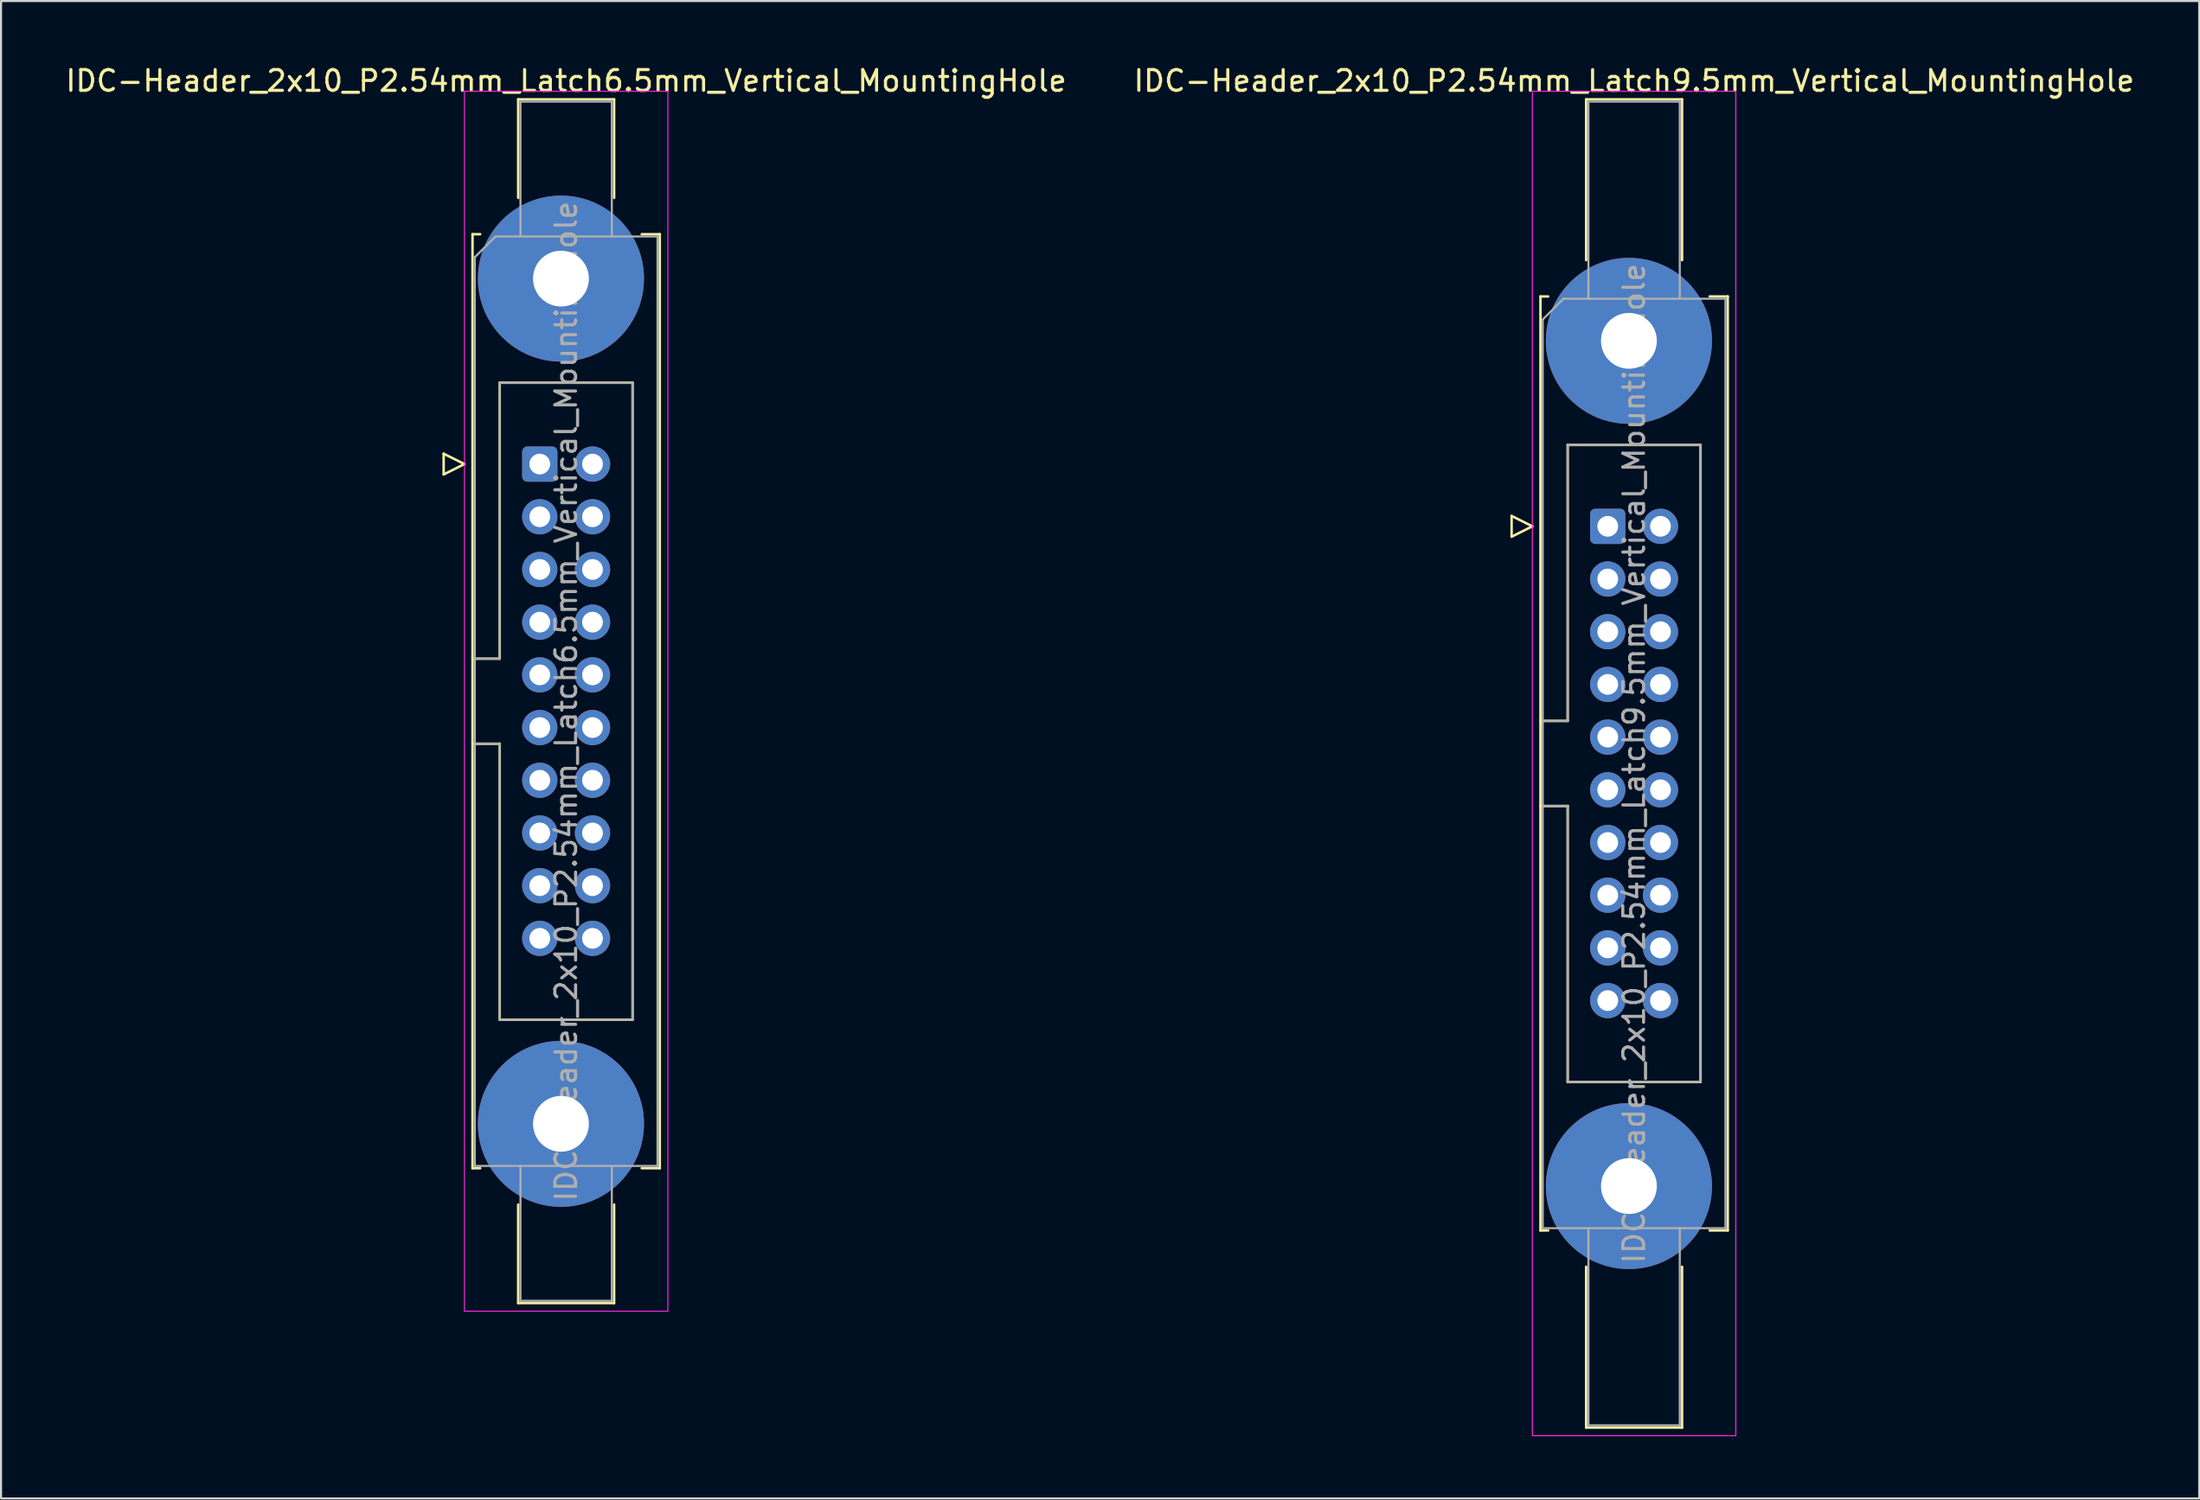
<source format=kicad_pcb>
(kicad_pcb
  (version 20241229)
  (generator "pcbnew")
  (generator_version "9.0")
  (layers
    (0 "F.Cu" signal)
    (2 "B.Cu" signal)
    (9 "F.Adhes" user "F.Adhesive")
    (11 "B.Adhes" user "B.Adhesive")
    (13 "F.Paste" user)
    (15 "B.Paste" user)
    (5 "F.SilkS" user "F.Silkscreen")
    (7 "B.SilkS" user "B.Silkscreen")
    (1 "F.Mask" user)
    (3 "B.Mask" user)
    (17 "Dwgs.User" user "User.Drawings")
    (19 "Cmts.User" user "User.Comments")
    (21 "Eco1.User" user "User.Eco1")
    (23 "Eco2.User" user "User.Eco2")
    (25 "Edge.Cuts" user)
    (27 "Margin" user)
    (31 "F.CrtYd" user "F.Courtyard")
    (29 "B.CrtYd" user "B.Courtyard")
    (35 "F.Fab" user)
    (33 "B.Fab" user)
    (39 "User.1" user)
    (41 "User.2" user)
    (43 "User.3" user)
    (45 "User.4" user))
  (footprint "IDC-Header_2x10_P2.54mm_Latch9.5mm_Vertical_MountingHole"
    (layer "F.Cu")
    (at 74.391 22.318)
    (property "Reference" "IDC-Header_2x10_P2.54mm_Latch9.5mm_Vertical_MountingHole" (at 1.27 -21.47 0) (layer "F.SilkS") (effects (font (size 1 1) (thickness 0.15))))
    (attr through_hole)
    (fp_line (start -4.63 -0.5) (end -4.63 0.5) (stroke (width 0.12) (type solid)) (layer "F.SilkS"))
    (fp_line (start -4.63 0.5) (end -3.63 0) (stroke (width 0.12) (type solid)) (layer "F.SilkS"))
    (fp_line (start -3.63 0) (end -4.63 -0.5) (stroke (width 0.12) (type solid)) (layer "F.SilkS"))
    (fp_line (start -3.24 -11.08) (end -3.24 33.94) (stroke (width 0.12) (type solid)) (layer "F.SilkS"))
    (fp_line (start -3.24 9.38) (end -1.93 9.38) (stroke (width 0.12) (type solid)) (layer "F.SilkS"))
    (fp_line (start -3.24 33.94) (end -2.87 33.94) (stroke (width 0.12) (type solid)) (layer "F.SilkS"))
    (fp_line (start -2.87 -11.08) (end -3.24 -11.08) (stroke (width 0.12) (type solid)) (layer "F.SilkS"))
    (fp_line (start -1.93 -3.92) (end 4.47 -3.92) (stroke (width 0.12) (type solid)) (layer "F.SilkS"))
    (fp_line (start -1.93 9.38) (end -1.93 -3.92) (stroke (width 0.12) (type solid)) (layer "F.SilkS"))
    (fp_line (start -1.93 13.48) (end -3.24 13.48) (stroke (width 0.12) (type solid)) (layer "F.SilkS"))
    (fp_line (start -1.93 13.48) (end -1.93 13.48) (stroke (width 0.12) (type solid)) (layer "F.SilkS"))
    (fp_line (start -1.93 26.78) (end -1.93 13.48) (stroke (width 0.12) (type solid)) (layer "F.SilkS"))
    (fp_line (start -1.04 -20.58) (end 3.58 -20.58) (stroke (width 0.12) (type solid)) (layer "F.SilkS"))
    (fp_line (start -1.04 -12.83) (end -1.04 -20.58) (stroke (width 0.12) (type solid)) (layer "F.SilkS"))
    (fp_line (start -1.04 35.69) (end -1.04 43.44) (stroke (width 0.12) (type solid)) (layer "F.SilkS"))
    (fp_line (start -1.04 43.44) (end 3.58 43.44) (stroke (width 0.12) (type solid)) (layer "F.SilkS"))
    (fp_line (start 3.58 -20.58) (end 3.58 -12.83) (stroke (width 0.12) (type solid)) (layer "F.SilkS"))
    (fp_line (start 3.58 43.44) (end 3.58 35.69) (stroke (width 0.12) (type solid)) (layer "F.SilkS"))
    (fp_line (start 4.47 -3.92) (end 4.47 26.78) (stroke (width 0.12) (type solid)) (layer "F.SilkS"))
    (fp_line (start 4.47 26.78) (end -1.93 26.78) (stroke (width 0.12) (type solid)) (layer "F.SilkS"))
    (fp_line (start 4.91 -11.08) (end 5.78 -11.08) (stroke (width 0.12) (type solid)) (layer "F.SilkS"))
    (fp_line (start 5.78 -11.08) (end 5.78 33.94) (stroke (width 0.12) (type solid)) (layer "F.SilkS"))
    (fp_line (start 5.78 33.94) (end 4.91 33.94) (stroke (width 0.12) (type solid)) (layer "F.SilkS"))
    (fp_line (start -3.63 -20.97) (end -3.63 43.83) (stroke (width 0.05) (type solid)) (layer "F.CrtYd"))
    (fp_line (start -3.63 43.83) (end 6.17 43.83) (stroke (width 0.05) (type solid)) (layer "F.CrtYd"))
    (fp_line (start 6.17 -20.97) (end -3.63 -20.97) (stroke (width 0.05) (type solid)) (layer "F.CrtYd"))
    (fp_line (start 6.17 43.83) (end 6.17 -20.97) (stroke (width 0.05) (type solid)) (layer "F.CrtYd"))
    (fp_line (start -3.13 -9.97) (end -2.13 -10.97) (stroke (width 0.1) (type solid)) (layer "F.Fab"))
    (fp_line (start -3.13 9.38) (end -1.93 9.38) (stroke (width 0.1) (type solid)) (layer "F.Fab"))
    (fp_line (start -3.13 33.83) (end -3.13 -9.97) (stroke (width 0.1) (type solid)) (layer "F.Fab"))
    (fp_line (start -2.13 -10.97) (end 5.67 -10.97) (stroke (width 0.1) (type solid)) (layer "F.Fab"))
    (fp_line (start -1.93 -3.92) (end 4.47 -3.92) (stroke (width 0.1) (type solid)) (layer "F.Fab"))
    (fp_line (start -1.93 9.38) (end -1.93 -3.92) (stroke (width 0.1) (type solid)) (layer "F.Fab"))
    (fp_line (start -1.93 13.48) (end -3.13 13.48) (stroke (width 0.1) (type solid)) (layer "F.Fab"))
    (fp_line (start -1.93 13.48) (end -1.93 13.48) (stroke (width 0.1) (type solid)) (layer "F.Fab"))
    (fp_line (start -1.93 26.78) (end -1.93 13.48) (stroke (width 0.1) (type solid)) (layer "F.Fab"))
    (fp_line (start -0.93 -20.47) (end 3.47 -20.47) (stroke (width 0.1) (type solid)) (layer "F.Fab"))
    (fp_line (start -0.93 -10.97) (end -0.93 -20.47) (stroke (width 0.1) (type solid)) (layer "F.Fab"))
    (fp_line (start -0.93 33.83) (end -0.93 43.33) (stroke (width 0.1) (type solid)) (layer "F.Fab"))
    (fp_line (start -0.93 43.33) (end 3.47 43.33) (stroke (width 0.1) (type solid)) (layer "F.Fab"))
    (fp_line (start 3.47 -20.47) (end 3.47 -10.97) (stroke (width 0.1) (type solid)) (layer "F.Fab"))
    (fp_line (start 3.47 43.33) (end 3.47 33.83) (stroke (width 0.1) (type solid)) (layer "F.Fab"))
    (fp_line (start 4.47 -3.92) (end 4.47 26.78) (stroke (width 0.1) (type solid)) (layer "F.Fab"))
    (fp_line (start 4.47 26.78) (end -1.93 26.78) (stroke (width 0.1) (type solid)) (layer "F.Fab"))
    (fp_line (start 5.67 -10.97) (end 5.67 33.83) (stroke (width 0.1) (type solid)) (layer "F.Fab"))
    (fp_line (start 5.67 33.83) (end -3.13 33.83) (stroke (width 0.1) (type solid)) (layer "F.Fab"))
    (fp_text user "${REFERENCE}" (at 1.27 11.43 90) (layer "F.Fab") (effects (font (size 1 1) (thickness 0.15))))
    (pad "" thru_hole circle (at 1.02 -8.94) (size 8 8) (drill 2.69) (layers "*.Cu" "*.Mask"))
    (pad "" thru_hole circle (at 1.02 31.8) (size 8 8) (drill 2.69) (layers "*.Cu" "*.Mask"))
    (pad "1" thru_hole roundrect (at 0 0) (size 1.7 1.7) (drill 1) (layers "*.Cu" "*.Mask") (roundrect_rratio 0.147))
    (pad "2" thru_hole circle (at 2.54 0) (size 1.7 1.7) (drill 1) (layers "*.Cu" "*.Mask"))
    (pad "3" thru_hole circle (at 0 2.54) (size 1.7 1.7) (drill 1) (layers "*.Cu" "*.Mask"))
    (pad "4" thru_hole circle (at 2.54 2.54) (size 1.7 1.7) (drill 1) (layers "*.Cu" "*.Mask"))
    (pad "5" thru_hole circle (at 0 5.08) (size 1.7 1.7) (drill 1) (layers "*.Cu" "*.Mask"))
    (pad "6" thru_hole circle (at 2.54 5.08) (size 1.7 1.7) (drill 1) (layers "*.Cu" "*.Mask"))
    (pad "7" thru_hole circle (at 0 7.62) (size 1.7 1.7) (drill 1) (layers "*.Cu" "*.Mask"))
    (pad "8" thru_hole circle (at 2.54 7.62) (size 1.7 1.7) (drill 1) (layers "*.Cu" "*.Mask"))
    (pad "9" thru_hole circle (at 0 10.16) (size 1.7 1.7) (drill 1) (layers "*.Cu" "*.Mask"))
    (pad "10" thru_hole circle (at 2.54 10.16) (size 1.7 1.7) (drill 1) (layers "*.Cu" "*.Mask"))
    (pad "11" thru_hole circle (at 0 12.7) (size 1.7 1.7) (drill 1) (layers "*.Cu" "*.Mask"))
    (pad "12" thru_hole circle (at 2.54 12.7) (size 1.7 1.7) (drill 1) (layers "*.Cu" "*.Mask"))
    (pad "13" thru_hole circle (at 0 15.24) (size 1.7 1.7) (drill 1) (layers "*.Cu" "*.Mask"))
    (pad "14" thru_hole circle (at 2.54 15.24) (size 1.7 1.7) (drill 1) (layers "*.Cu" "*.Mask"))
    (pad "15" thru_hole circle (at 0 17.78) (size 1.7 1.7) (drill 1) (layers "*.Cu" "*.Mask"))
    (pad "16" thru_hole circle (at 2.54 17.78) (size 1.7 1.7) (drill 1) (layers "*.Cu" "*.Mask"))
    (pad "17" thru_hole circle (at 0 20.32) (size 1.7 1.7) (drill 1) (layers "*.Cu" "*.Mask"))
    (pad "18" thru_hole circle (at 2.54 20.32) (size 1.7 1.7) (drill 1) (layers "*.Cu" "*.Mask"))
    (pad "19" thru_hole circle (at 0 22.86) (size 1.7 1.7) (drill 1) (layers "*.Cu" "*.Mask"))
    (pad "20" thru_hole circle (at 2.54 22.86) (size 1.7 1.7) (drill 1) (layers "*.Cu" "*.Mask")))
  (footprint "IDC-Header_2x10_P2.54mm_Latch6.5mm_Vertical_MountingHole"
    (layer "F.Cu")
    (at 22.95 19.318)
    (property "Reference" "IDC-Header_2x10_P2.54mm_Latch6.5mm_Vertical_MountingHole" (at 1.27 -18.47 0) (layer "F.SilkS") (effects (font (size 1 1) (thickness 0.15))))
    (attr through_hole)
    (fp_line (start -4.63 -0.5) (end -4.63 0.5) (stroke (width 0.12) (type solid)) (layer "F.SilkS"))
    (fp_line (start -4.63 0.5) (end -3.63 0) (stroke (width 0.12) (type solid)) (layer "F.SilkS"))
    (fp_line (start -3.63 0) (end -4.63 -0.5) (stroke (width 0.12) (type solid)) (layer "F.SilkS"))
    (fp_line (start -3.24 -11.08) (end -3.24 33.94) (stroke (width 0.12) (type solid)) (layer "F.SilkS"))
    (fp_line (start -3.24 9.38) (end -1.93 9.38) (stroke (width 0.12) (type solid)) (layer "F.SilkS"))
    (fp_line (start -3.24 33.94) (end -2.87 33.94) (stroke (width 0.12) (type solid)) (layer "F.SilkS"))
    (fp_line (start -2.87 -11.08) (end -3.24 -11.08) (stroke (width 0.12) (type solid)) (layer "F.SilkS"))
    (fp_line (start -1.93 -3.92) (end 4.47 -3.92) (stroke (width 0.12) (type solid)) (layer "F.SilkS"))
    (fp_line (start -1.93 9.38) (end -1.93 -3.92) (stroke (width 0.12) (type solid)) (layer "F.SilkS"))
    (fp_line (start -1.93 13.48) (end -3.24 13.48) (stroke (width 0.12) (type solid)) (layer "F.SilkS"))
    (fp_line (start -1.93 13.48) (end -1.93 13.48) (stroke (width 0.12) (type solid)) (layer "F.SilkS"))
    (fp_line (start -1.93 26.78) (end -1.93 13.48) (stroke (width 0.12) (type solid)) (layer "F.SilkS"))
    (fp_line (start -1.04 -17.58) (end 3.58 -17.58) (stroke (width 0.12) (type solid)) (layer "F.SilkS"))
    (fp_line (start -1.04 -12.83) (end -1.04 -17.58) (stroke (width 0.12) (type solid)) (layer "F.SilkS"))
    (fp_line (start -1.04 35.69) (end -1.04 40.44) (stroke (width 0.12) (type solid)) (layer "F.SilkS"))
    (fp_line (start -1.04 40.44) (end 3.58 40.44) (stroke (width 0.12) (type solid)) (layer "F.SilkS"))
    (fp_line (start 3.58 -17.58) (end 3.58 -12.83) (stroke (width 0.12) (type solid)) (layer "F.SilkS"))
    (fp_line (start 3.58 40.44) (end 3.58 35.69) (stroke (width 0.12) (type solid)) (layer "F.SilkS"))
    (fp_line (start 4.47 -3.92) (end 4.47 26.78) (stroke (width 0.12) (type solid)) (layer "F.SilkS"))
    (fp_line (start 4.47 26.78) (end -1.93 26.78) (stroke (width 0.12) (type solid)) (layer "F.SilkS"))
    (fp_line (start 4.91 -11.08) (end 5.78 -11.08) (stroke (width 0.12) (type solid)) (layer "F.SilkS"))
    (fp_line (start 5.78 -11.08) (end 5.78 33.94) (stroke (width 0.12) (type solid)) (layer "F.SilkS"))
    (fp_line (start 5.78 33.94) (end 4.91 33.94) (stroke (width 0.12) (type solid)) (layer "F.SilkS"))
    (fp_line (start -3.63 -17.97) (end -3.63 40.83) (stroke (width 0.05) (type solid)) (layer "F.CrtYd"))
    (fp_line (start -3.63 40.83) (end 6.17 40.83) (stroke (width 0.05) (type solid)) (layer "F.CrtYd"))
    (fp_line (start 6.17 -17.97) (end -3.63 -17.97) (stroke (width 0.05) (type solid)) (layer "F.CrtYd"))
    (fp_line (start 6.17 40.83) (end 6.17 -17.97) (stroke (width 0.05) (type solid)) (layer "F.CrtYd"))
    (fp_line (start -3.13 -9.97) (end -2.13 -10.97) (stroke (width 0.1) (type solid)) (layer "F.Fab"))
    (fp_line (start -3.13 9.38) (end -1.93 9.38) (stroke (width 0.1) (type solid)) (layer "F.Fab"))
    (fp_line (start -3.13 33.83) (end -3.13 -9.97) (stroke (width 0.1) (type solid)) (layer "F.Fab"))
    (fp_line (start -2.13 -10.97) (end 5.67 -10.97) (stroke (width 0.1) (type solid)) (layer "F.Fab"))
    (fp_line (start -1.93 -3.92) (end 4.47 -3.92) (stroke (width 0.1) (type solid)) (layer "F.Fab"))
    (fp_line (start -1.93 9.38) (end -1.93 -3.92) (stroke (width 0.1) (type solid)) (layer "F.Fab"))
    (fp_line (start -1.93 13.48) (end -3.13 13.48) (stroke (width 0.1) (type solid)) (layer "F.Fab"))
    (fp_line (start -1.93 13.48) (end -1.93 13.48) (stroke (width 0.1) (type solid)) (layer "F.Fab"))
    (fp_line (start -1.93 26.78) (end -1.93 13.48) (stroke (width 0.1) (type solid)) (layer "F.Fab"))
    (fp_line (start -0.93 -17.47) (end 3.47 -17.47) (stroke (width 0.1) (type solid)) (layer "F.Fab"))
    (fp_line (start -0.93 -10.97) (end -0.93 -17.47) (stroke (width 0.1) (type solid)) (layer "F.Fab"))
    (fp_line (start -0.93 33.83) (end -0.93 40.33) (stroke (width 0.1) (type solid)) (layer "F.Fab"))
    (fp_line (start -0.93 40.33) (end 3.47 40.33) (stroke (width 0.1) (type solid)) (layer "F.Fab"))
    (fp_line (start 3.47 -17.47) (end 3.47 -10.97) (stroke (width 0.1) (type solid)) (layer "F.Fab"))
    (fp_line (start 3.47 40.33) (end 3.47 33.83) (stroke (width 0.1) (type solid)) (layer "F.Fab"))
    (fp_line (start 4.47 -3.92) (end 4.47 26.78) (stroke (width 0.1) (type solid)) (layer "F.Fab"))
    (fp_line (start 4.47 26.78) (end -1.93 26.78) (stroke (width 0.1) (type solid)) (layer "F.Fab"))
    (fp_line (start 5.67 -10.97) (end 5.67 33.83) (stroke (width 0.1) (type solid)) (layer "F.Fab"))
    (fp_line (start 5.67 33.83) (end -3.13 33.83) (stroke (width 0.1) (type solid)) (layer "F.Fab"))
    (fp_text user "${REFERENCE}" (at 1.27 11.43 90) (layer "F.Fab") (effects (font (size 1 1) (thickness 0.15))))
    (pad "" thru_hole circle (at 1.02 -8.94) (size 8 8) (drill 2.69) (layers "*.Cu" "*.Mask"))
    (pad "" thru_hole circle (at 1.02 31.8) (size 8 8) (drill 2.69) (layers "*.Cu" "*.Mask"))
    (pad "1" thru_hole roundrect (at 0 0) (size 1.7 1.7) (drill 1) (layers "*.Cu" "*.Mask") (roundrect_rratio 0.147))
    (pad "2" thru_hole circle (at 2.54 0) (size 1.7 1.7) (drill 1) (layers "*.Cu" "*.Mask"))
    (pad "3" thru_hole circle (at 0 2.54) (size 1.7 1.7) (drill 1) (layers "*.Cu" "*.Mask"))
    (pad "4" thru_hole circle (at 2.54 2.54) (size 1.7 1.7) (drill 1) (layers "*.Cu" "*.Mask"))
    (pad "5" thru_hole circle (at 0 5.08) (size 1.7 1.7) (drill 1) (layers "*.Cu" "*.Mask"))
    (pad "6" thru_hole circle (at 2.54 5.08) (size 1.7 1.7) (drill 1) (layers "*.Cu" "*.Mask"))
    (pad "7" thru_hole circle (at 0 7.62) (size 1.7 1.7) (drill 1) (layers "*.Cu" "*.Mask"))
    (pad "8" thru_hole circle (at 2.54 7.62) (size 1.7 1.7) (drill 1) (layers "*.Cu" "*.Mask"))
    (pad "9" thru_hole circle (at 0 10.16) (size 1.7 1.7) (drill 1) (layers "*.Cu" "*.Mask"))
    (pad "10" thru_hole circle (at 2.54 10.16) (size 1.7 1.7) (drill 1) (layers "*.Cu" "*.Mask"))
    (pad "11" thru_hole circle (at 0 12.7) (size 1.7 1.7) (drill 1) (layers "*.Cu" "*.Mask"))
    (pad "12" thru_hole circle (at 2.54 12.7) (size 1.7 1.7) (drill 1) (layers "*.Cu" "*.Mask"))
    (pad "13" thru_hole circle (at 0 15.24) (size 1.7 1.7) (drill 1) (layers "*.Cu" "*.Mask"))
    (pad "14" thru_hole circle (at 2.54 15.24) (size 1.7 1.7) (drill 1) (layers "*.Cu" "*.Mask"))
    (pad "15" thru_hole circle (at 0 17.78) (size 1.7 1.7) (drill 1) (layers "*.Cu" "*.Mask"))
    (pad "16" thru_hole circle (at 2.54 17.78) (size 1.7 1.7) (drill 1) (layers "*.Cu" "*.Mask"))
    (pad "17" thru_hole circle (at 0 20.32) (size 1.7 1.7) (drill 1) (layers "*.Cu" "*.Mask"))
    (pad "18" thru_hole circle (at 2.54 20.32) (size 1.7 1.7) (drill 1) (layers "*.Cu" "*.Mask"))
    (pad "19" thru_hole circle (at 0 22.86) (size 1.7 1.7) (drill 1) (layers "*.Cu" "*.Mask"))
    (pad "20" thru_hole circle (at 2.54 22.86) (size 1.7 1.7) (drill 1) (layers "*.Cu" "*.Mask")))
  (gr_rect
    (start -3 -3)
    (end 102.881 69.173)
    (stroke (width 0.1) (type default))
    (fill no)
    (layer "Edge.Cuts")))
</source>
